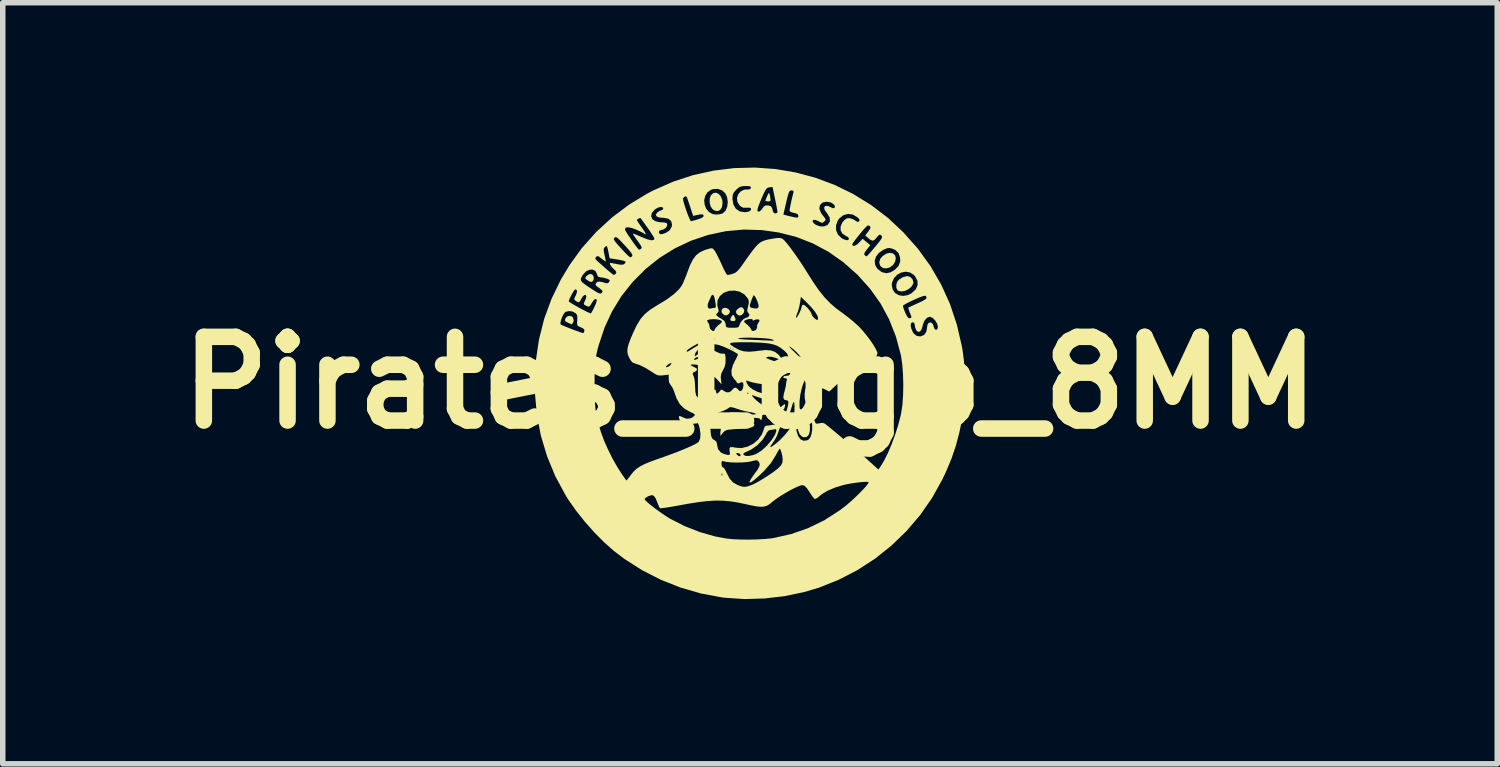
<source format=kicad_pcb>
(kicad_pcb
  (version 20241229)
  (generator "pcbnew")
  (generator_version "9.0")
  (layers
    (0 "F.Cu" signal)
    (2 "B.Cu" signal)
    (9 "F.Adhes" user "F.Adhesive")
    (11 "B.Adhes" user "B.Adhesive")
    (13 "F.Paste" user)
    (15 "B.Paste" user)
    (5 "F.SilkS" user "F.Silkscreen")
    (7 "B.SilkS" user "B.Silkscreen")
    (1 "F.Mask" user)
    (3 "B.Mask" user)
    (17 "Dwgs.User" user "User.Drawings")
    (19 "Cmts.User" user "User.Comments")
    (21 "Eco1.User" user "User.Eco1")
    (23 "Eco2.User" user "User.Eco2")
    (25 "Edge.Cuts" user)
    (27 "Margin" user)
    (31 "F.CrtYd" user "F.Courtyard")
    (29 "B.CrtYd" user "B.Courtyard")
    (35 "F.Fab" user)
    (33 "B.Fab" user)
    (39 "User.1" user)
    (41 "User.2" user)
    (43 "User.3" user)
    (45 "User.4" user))
  (footprint "Pirates_Logo_8MM"
    (layer "F.Cu")
    (at 10.603 3.916)
    (property "Reference" "Pirates_Logo_8MM" (at 0 0 0) (layer "F.SilkS") (effects (font (size 1.524 1.524) (thickness 0.3))))
    (attr board_only exclude_from_pos_files exclude_from_bom allow_missing_courtyard)
    (fp_poly (pts (xy -0.295 -1.227) (xy -0.283 -1.205) (xy -0.262 -1.154) (xy -0.271 -1.128) (xy -0.31 -1.12) (xy -0.348 -1.129) (xy -0.36 -1.146) (xy -0.349 -1.182) (xy -0.333 -1.21) (xy -0.311 -1.235)) (stroke (width 0) (type solid)) (fill yes) (layer "F.SilkS"))
    (fp_poly (pts (xy -0.425 -1.358) (xy -0.379 -1.328) (xy -0.365 -1.289) (xy -0.385 -1.251) (xy -0.391 -1.247) (xy -0.427 -1.225) (xy -0.455 -1.226) (xy -0.485 -1.242) (xy -0.517 -1.277) (xy -0.519 -1.317) (xy -0.497 -1.35) (xy -0.457 -1.364)) (stroke (width 0) (type solid)) (fill yes) (layer "F.SilkS"))
    (fp_poly (pts (xy -0.146 -1.372) (xy -0.125 -1.354) (xy -0.104 -1.322) (xy -0.111 -1.283) (xy -0.116 -1.271) (xy -0.151 -1.23) (xy -0.197 -1.222) (xy -0.236 -1.244) (xy -0.259 -1.285) (xy -0.242 -1.326) (xy -0.209 -1.353) (xy -0.171 -1.374)) (stroke (width 0) (type solid)) (fill yes) (layer "F.SilkS"))
    (fp_poly (pts (xy -3.241 -1.205) (xy -3.221 -1.181) (xy -3.209 -1.13) (xy -3.22 -1.1) (xy -3.238 -1.069) (xy -3.246 -1.062) (xy -3.265 -1.07) (xy -3.307 -1.088) (xy -3.314 -1.091) (xy -3.357 -1.114) (xy -3.369 -1.139) (xy -3.362 -1.165) (xy -3.331 -1.204) (xy -3.286 -1.218)) (stroke (width 0) (type solid)) (fill yes) (layer "F.SilkS"))
    (fp_poly (pts (xy -2.865 -1.963) (xy -2.846 -1.924) (xy -2.846 -1.879) (xy -2.862 -1.849) (xy -2.888 -1.834) (xy -2.919 -1.841) (xy -2.945 -1.856) (xy -2.983 -1.883) (xy -3 -1.902) (xy -3 -1.903) (xy -2.984 -1.934) (xy -2.947 -1.964) (xy -2.905 -1.98) (xy -2.899 -1.98)) (stroke (width 0) (type solid)) (fill yes) (layer "F.SilkS"))
    (fp_poly (pts (xy 0.355 -3.435) (xy 0.366 -3.388) (xy 0.368 -3.375) (xy 0.375 -3.326) (xy 0.367 -3.305) (xy 0.339 -3.3) (xy 0.331 -3.3) (xy 0.293 -3.304) (xy 0.28 -3.311) (xy 0.287 -3.337) (xy 0.304 -3.379) (xy 0.324 -3.422) (xy 0.341 -3.452) (xy 0.348 -3.458)) (stroke (width 0) (type solid)) (fill yes) (layer "F.SilkS"))
    (fp_poly (pts (xy -0.571 -3.437) (xy -0.531 -3.39) (xy -0.505 -3.323) (xy -0.5 -3.27) (xy -0.512 -3.193) (xy -0.546 -3.142) (xy -0.595 -3.122) (xy -0.653 -3.137) (xy -0.679 -3.155) (xy -0.717 -3.208) (xy -0.735 -3.28) (xy -0.733 -3.356) (xy -0.712 -3.41) (xy -0.668 -3.451) (xy -0.619 -3.458)) (stroke (width 0) (type solid)) (fill yes) (layer "F.SilkS"))
    (fp_poly (pts (xy 2.602 -2.353) (xy 2.64 -2.319) (xy 2.654 -2.265) (xy 2.64 -2.2) (xy 2.599 -2.138) (xy 2.541 -2.097) (xy 2.477 -2.08) (xy 2.417 -2.088) (xy 2.371 -2.126) (xy 2.37 -2.127) (xy 2.352 -2.188) (xy 2.37 -2.253) (xy 2.413 -2.304) (xy 2.481 -2.349) (xy 2.547 -2.364)) (stroke (width 0) (type solid)) (fill yes) (layer "F.SilkS"))
    (fp_poly (pts (xy 2.919 -1.923) (xy 2.958 -1.88) (xy 2.974 -1.827) (xy 2.971 -1.802) (xy 2.937 -1.746) (xy 2.882 -1.701) (xy 2.816 -1.67) (xy 2.75 -1.66) (xy 2.697 -1.674) (xy 2.684 -1.684) (xy 2.663 -1.729) (xy 2.664 -1.79) (xy 2.681 -1.841) (xy 2.722 -1.885) (xy 2.785 -1.921) (xy 2.853 -1.939) (xy 2.869 -1.94)) (stroke (width 0) (type solid)) (fill yes) (layer "F.SilkS"))
    (fp_poly (pts (xy -0.001 0.736) (xy 0.006 0.739) (xy 0.047 0.749) (xy 0.068 0.745) (xy 0.078 0.751) (xy 0.08 0.766) (xy 0.063 0.796) (xy 0.035 0.809) (xy -0.03 0.819) (xy -0.12 0.831) (xy -0.222 0.841) (xy -0.322 0.849) (xy -0.34 0.851) (xy -0.41 0.858) (xy -0.454 0.875) (xy -0.489 0.906) (xy -0.495 0.914) (xy -0.54 0.97) (xy -0.54 0.909) (xy -0.532 0.843) (xy -0.505 0.802) (xy -0.452 0.782) (xy -0.368 0.777) (xy -0.357 0.778) (xy -0.255 0.774) (xy -0.16 0.758) (xy -0.136 0.751) (xy -0.058 0.732)) (stroke (width 0) (type solid)) (fill yes) (layer "F.SilkS"))
    (fp_poly (pts (xy 0.461 -3.889) (xy 0.83 -3.827) (xy 1.192 -3.73) (xy 1.544 -3.598) (xy 1.883 -3.432) (xy 2.206 -3.232) (xy 2.512 -2.999) (xy 2.791 -2.737) (xy 3.056 -2.438) (xy 3.285 -2.122) (xy 3.479 -1.787) (xy 3.639 -1.434) (xy 3.764 -1.06) (xy 3.856 -0.664) (xy 3.872 -0.57) (xy 3.894 -0.396) (xy 3.906 -0.197) (xy 3.91 0.017) (xy 3.905 0.231) (xy 3.891 0.434) (xy 3.869 0.614) (xy 3.863 0.65) (xy 3.808 0.917) (xy 3.744 1.157) (xy 3.666 1.385) (xy 3.57 1.614) (xy 3.501 1.761) (xy 3.315 2.096) (xy 3.096 2.411) (xy 2.847 2.702) (xy 2.571 2.968) (xy 2.272 3.206) (xy 1.951 3.414) (xy 1.611 3.589) (xy 1.256 3.731) (xy 0.986 3.811) (xy 0.629 3.886) (xy 0.266 3.928) (xy -0.096 3.939) (xy -0.447 3.916) (xy -0.518 3.908) (xy -0.894 3.837) (xy -1.264 3.73) (xy -1.623 3.588) (xy -1.966 3.413) (xy -2.287 3.208) (xy -2.48 3.061) (xy -2.653 2.908) (xy -2.831 2.729) (xy -3.005 2.533) (xy -3.166 2.331) (xy -3.305 2.134) (xy -3.314 2.12) (xy -1.92 2.12) (xy -1.904 2.143) (xy -1.862 2.183) (xy -1.799 2.235) (xy -1.723 2.294) (xy -1.639 2.355) (xy -1.555 2.413) (xy -1.477 2.462) (xy -1.45 2.479) (xy -1.188 2.612) (xy -0.912 2.72) (xy -0.635 2.799) (xy -0.433 2.837) (xy -0.318 2.849) (xy -0.177 2.855) (xy -0.022 2.857) (xy 0.133 2.853) (xy 0.277 2.845) (xy 0.395 2.833) (xy 0.411 2.831) (xy 0.741 2.758) (xy 1.052 2.65) (xy 1.348 2.507) (xy 1.63 2.326) (xy 1.753 2.232) (xy 1.824 2.171) (xy 1.901 2.101) (xy 1.977 2.027) (xy 2.047 1.956) (xy 2.105 1.893) (xy 2.144 1.844) (xy 2.16 1.815) (xy 2.16 1.814) (xy 2.142 1.806) (xy 2.093 1.805) (xy 2.021 1.81) (xy 1.934 1.82) (xy 1.842 1.834) (xy 1.752 1.851) (xy 1.702 1.862) (xy 1.548 1.909) (xy 1.415 1.965) (xy 1.31 2.027) (xy 1.267 2.063) (xy 1.223 2.099) (xy 1.187 2.116) (xy 1.178 2.116) (xy 1.156 2.096) (xy 1.121 2.05) (xy 1.081 1.989) (xy 1.081 1.989) (xy 1.034 1.918) (xy 0.995 1.879) (xy 0.96 1.865) (xy 0.918 1.872) (xy 0.851 1.899) (xy 0.767 1.939) (xy 0.675 1.99) (xy 0.581 2.046) (xy 0.494 2.103) (xy 0.422 2.156) (xy 0.405 2.171) (xy 0.353 2.213) (xy 0.303 2.242) (xy 0.249 2.257) (xy 0.183 2.259) (xy 0.097 2.248) (xy -0.015 2.226) (xy -0.09 2.209) (xy -0.234 2.179) (xy -0.368 2.159) (xy -0.497 2.148) (xy -0.63 2.146) (xy -0.774 2.155) (xy -0.935 2.174) (xy -1.121 2.203) (xy -1.321 2.239) (xy -1.428 2.258) (xy -1.519 2.273) (xy -1.59 2.282) (xy -1.633 2.285) (xy -1.642 2.284) (xy -1.655 2.258) (xy -1.676 2.209) (xy -1.688 2.177) (xy -1.721 2.1) (xy -1.753 2.058) (xy -1.791 2.047) (xy -1.843 2.063) (xy -1.851 2.066) (xy -1.895 2.092) (xy -1.919 2.116) (xy -1.92 2.12) (xy -3.314 2.12) (xy -3.357 2.05) (xy -3.546 1.7) (xy -3.695 1.338) (xy -3.807 0.966) (xy -3.88 0.581) (xy -3.916 0.185) (xy -3.919 0.03) (xy -2.83 0.03) (xy -2.829 0.2) (xy -2.825 0.339) (xy -2.816 0.457) (xy -2.802 0.563) (xy -2.781 0.666) (xy -2.752 0.776) (xy -2.713 0.902) (xy -2.707 0.92) (xy -2.656 1.058) (xy -2.586 1.215) (xy -2.506 1.376) (xy -2.42 1.528) (xy -2.359 1.625) (xy -2.314 1.692) (xy -2.277 1.745) (xy -2.255 1.775) (xy -2.25 1.78) (xy -2.236 1.765) (xy -2.205 1.727) (xy -2.164 1.673) (xy -2.162 1.67) (xy -2.16 1.668) (xy -0.518 1.668) (xy -0.515 1.694) (xy -0.508 1.695) (xy -0.503 1.668) (xy -0.506 1.656) (xy -0.515 1.649) (xy -0.518 1.668) (xy -2.16 1.668) (xy -2.115 1.613) (xy -2.062 1.565) (xy -1.999 1.523) (xy -1.918 1.481) (xy -1.909 1.478) (xy -0.52 1.478) (xy -0.512 1.524) (xy -0.494 1.54) (xy -0.472 1.557) (xy -0.445 1.601) (xy -0.423 1.647) (xy -0.37 1.749) (xy -0.306 1.818) (xy -0.222 1.865) (xy -0.207 1.871) (xy -0.149 1.89) (xy -0.107 1.897) (xy -0.064 1.892) (xy -0.001 1.874) (xy 0.006 1.872) (xy 0.057 1.851) (xy 0.132 1.812) (xy 0.221 1.76) (xy 0.314 1.702) (xy 0.327 1.693) (xy 0.435 1.619) (xy 0.512 1.559) (xy 0.562 1.506) (xy 0.589 1.454) (xy 0.595 1.398) (xy 0.587 1.331) (xy 0.58 1.299) (xy 0.564 1.243) (xy 0.549 1.207) (xy 0.543 1.2) (xy 0.528 1.217) (xy 0.502 1.26) (xy 0.468 1.322) (xy 0.461 1.335) (xy 0.382 1.461) (xy 0.271 1.59) (xy 0.249 1.613) (xy 0.155 1.703) (xy 0.081 1.767) (xy 0.029 1.806) (xy -0.002 1.819) (xy -0.009 1.805) (xy 0.01 1.764) (xy 0.055 1.696) (xy 0.077 1.666) (xy 0.134 1.588) (xy 0.166 1.532) (xy 0.177 1.491) (xy 0.169 1.457) (xy 0.155 1.435) (xy 0.137 1.417) (xy 0.113 1.412) (xy 0.07 1.419) (xy 0.02 1.433) (xy -0.051 1.445) (xy -0.143 1.452) (xy -0.246 1.454) (xy -0.345 1.451) (xy -0.43 1.442) (xy -0.485 1.429) (xy -0.51 1.427) (xy -0.519 1.451) (xy -0.52 1.478) (xy -1.909 1.478) (xy -1.812 1.438) (xy -1.676 1.388) (xy -1.642 1.377) (xy -1.478 1.318) (xy -1.327 1.262) (xy -1.194 1.208) (xy -1.083 1.16) (xy -0.999 1.119) (xy -0.947 1.088) (xy -0.935 1.077) (xy -0.908 1.017) (xy -0.902 0.931) (xy -0.917 0.83) (xy -0.921 0.814) (xy -0.943 0.737) (xy -1.046 0.75) (xy -1.153 0.752) (xy -1.232 0.728) (xy -1.28 0.677) (xy -1.283 0.67) (xy -1.285 0.665) (xy -0.73 0.665) (xy -0.727 0.749) (xy -0.727 0.755) (xy -0.72 0.863) (xy -0.713 0.937) (xy -0.703 0.986) (xy -0.687 1.017) (xy -0.666 1.036) (xy -0.649 1.044) (xy -0.612 1.074) (xy -0.6 1.124) (xy -0.6 1.129) (xy -0.582 1.21) (xy -0.532 1.27) (xy -0.474 1.298) (xy -0.41 1.315) (xy -0.376 1.315) (xy -0.366 1.296) (xy -0.367 1.285) (xy -0.252 1.285) (xy -0.244 1.304) (xy -0.24 1.31) (xy -0.206 1.335) (xy -0.188 1.34) (xy -0.17 1.326) (xy -0.173 1.31) (xy -0.177 1.307) (xy -0.121 1.307) (xy -0.115 1.316) (xy -0.077 1.334) (xy -0.014 1.333) (xy 0.063 1.316) (xy 0.122 1.292) (xy 0.214 1.233) (xy 0.279 1.173) (xy 0.368 1.173) (xy 0.389 1.167) (xy 0.428 1.141) (xy 0.481 1.1) (xy 0.542 1.047) (xy 0.545 1.044) (xy 0.64 0.945) (xy 0.717 0.847) (xy 0.763 0.768) (xy 0.838 0.768) (xy 0.847 0.881) (xy 0.874 0.969) (xy 0.917 1.029) (xy 0.972 1.057) (xy 1.038 1.05) (xy 1.061 1.04) (xy 1.096 1) (xy 1.12 0.933) (xy 1.132 0.85) (xy 1.131 0.761) (xy 1.118 0.678) (xy 1.091 0.61) (xy 1.08 0.596) (xy 1.062 0.574) (xy 1.053 0.571) (xy 1.055 0.594) (xy 1.066 0.648) (xy 1.074 0.685) (xy 1.091 0.798) (xy 1.088 0.888) (xy 1.067 0.953) (xy 1.03 0.989) (xy 0.976 0.993) (xy 0.949 0.983) (xy 0.907 0.944) (xy 0.878 0.878) (xy 0.865 0.796) (xy 0.867 0.715) (xy 0.924 0.715) (xy 0.926 0.749) (xy 0.956 0.76) (xy 0.967 0.76) (xy 1.011 0.752) (xy 1.031 0.738) (xy 1.032 0.708) (xy 0.999 0.684) (xy 0.97 0.677) (xy 0.936 0.683) (xy 0.924 0.715) (xy 0.867 0.715) (xy 0.867 0.71) (xy 0.886 0.631) (xy 0.921 0.569) (xy 0.923 0.567) (xy 0.948 0.533) (xy 0.944 0.519) (xy 0.912 0.533) (xy 0.908 0.535) (xy 0.868 0.586) (xy 0.844 0.672) (xy 0.838 0.768) (xy 0.763 0.768) (xy 0.769 0.757) (xy 0.789 0.7) (xy 0.799 0.64) (xy 0.806 0.565) (xy 0.809 0.488) (xy 0.81 0.419) (xy 0.806 0.369) (xy 0.804 0.362) (xy 0.901 0.362) (xy 0.901 0.433) (xy 0.905 0.471) (xy 0.917 0.487) (xy 0.938 0.487) (xy 0.945 0.486) (xy 0.996 0.491) (xy 1.03 0.508) (xy 1.069 0.531) (xy 1.093 0.524) (xy 1.104 0.486) (xy 1.104 0.412) (xy 1.103 0.402) (xy 1.102 0.328) (xy 1.111 0.275) (xy 1.134 0.225) (xy 1.158 0.186) (xy 1.199 0.12) (xy 1.218 0.078) (xy 1.214 0.064) (xy 1.201 0.069) (xy 1.178 0.064) (xy 1.164 0.048) (xy 1.141 0.023) (xy 1.123 0.033) (xy 1.113 0.071) (xy 1.115 0.127) (xy 1.116 0.189) (xy 1.106 0.225) (xy 1.102 0.229) (xy 1.085 0.224) (xy 1.08 0.19) (xy 1.074 0.155) (xy 1.06 0.15) (xy 1.049 0.175) (xy 1.041 0.228) (xy 1.039 0.276) (xy 1.038 0.338) (xy 1.033 0.365) (xy 1.024 0.363) (xy 1.016 0.35) (xy 0.997 0.29) (xy 0.994 0.21) (xy 1.005 0.128) (xy 1.027 0.066) (xy 1.065 0.013) (xy 1.11 -0.025) (xy 1.112 -0.026) (xy 1.147 -0.047) (xy 1.149 -0.065) (xy 1.129 -0.088) (xy 1.086 -0.113) (xy 1.053 -0.116) (xy 1.024 -0.094) (xy 0.993 -0.04) (xy 0.962 0.037) (xy 0.935 0.128) (xy 0.915 0.224) (xy 0.903 0.319) (xy 0.901 0.362) (xy 0.804 0.362) (xy 0.8 0.35) (xy 0.787 0.362) (xy 0.77 0.402) (xy 0.761 0.435) (xy 0.722 0.559) (xy 0.676 0.662) (xy 0.625 0.736) (xy 0.597 0.762) (xy 0.542 0.825) (xy 0.517 0.892) (xy 0.49 0.968) (xy 0.45 1.042) (xy 0.441 1.055) (xy 0.405 1.107) (xy 0.378 1.147) (xy 0.371 1.157) (xy 0.368 1.173) (xy 0.279 1.173) (xy 0.308 1.146) (xy 0.396 1.041) (xy 0.412 1.017) (xy 0.454 0.947) (xy 0.476 0.891) (xy 0.479 0.855) (xy 0.46 0.845) (xy 0.448 0.848) (xy 0.402 0.858) (xy 0.371 0.86) (xy 0.336 0.872) (xy 0.304 0.911) (xy 0.289 0.943) (xy 0.226 1.042) (xy 0.136 1.136) (xy 0.031 1.211) (xy -0.029 1.241) (xy -0.09 1.269) (xy -0.119 1.289) (xy -0.121 1.307) (xy -0.177 1.307) (xy -0.2 1.285) (xy -0.225 1.28) (xy -0.252 1.285) (xy -0.367 1.285) (xy -0.37 1.254) (xy -0.371 1.252) (xy -0.375 1.2) (xy -0.36 1.175) (xy -0.318 1.172) (xy -0.266 1.183) (xy -0.158 1.191) (xy -0.048 1.166) (xy 0.057 1.113) (xy 0.147 1.038) (xy 0.214 0.946) (xy 0.243 0.873) (xy 0.26 0.817) (xy 0.279 0.79) (xy 0.31 0.781) (xy 0.345 0.78) (xy 0.45 0.761) (xy 0.541 0.707) (xy 0.614 0.62) (xy 0.667 0.504) (xy 0.67 0.495) (xy 0.692 0.411) (xy 0.699 0.357) (xy 0.689 0.329) (xy 0.663 0.32) (xy 0.659 0.32) (xy 0.621 0.308) (xy 0.606 0.271) (xy 0.615 0.205) (xy 0.626 0.166) (xy 0.643 0.101) (xy 0.654 0.047) (xy 0.655 0.03) (xy 0.662 -0.023) (xy 0.669 -0.045) (xy 0.673 -0.072) (xy 0.644 -0.08) (xy 0.64 -0.08) (xy 0.608 -0.089) (xy 0.606 -0.105) (xy 0.63 -0.122) (xy 0.667 -0.126) (xy 0.703 -0.13) (xy 0.725 -0.153) (xy 0.743 -0.201) (xy 0.756 -0.252) (xy 0.759 -0.283) (xy 0.758 -0.287) (xy 0.735 -0.289) (xy 0.687 -0.287) (xy 0.67 -0.285) (xy 0.617 -0.276) (xy 0.586 -0.254) (xy 0.561 -0.209) (xy 0.554 -0.193) (xy 0.519 -0.123) (xy 0.472 -0.051) (xy 0.456 -0.032) (xy 0.393 0.045) (xy 0.255 0.031) (xy 0.167 0.019) (xy 0.08 0.003) (xy 0.024 -0.011) (xy -0.031 -0.028) (xy -0.066 -0.038) (xy -0.073 -0.04) (xy -0.069 -0.024) (xy -0.055 0.016) (xy -0.054 0.019) (xy -0.016 0.073) (xy 0.05 0.123) (xy 0.135 0.166) (xy 0.225 0.194) (xy 0.299 0.203) (xy 0.372 0.209) (xy 0.416 0.232) (xy 0.439 0.277) (xy 0.447 0.354) (xy 0.448 0.365) (xy 0.456 0.437) (xy 0.477 0.473) (xy 0.514 0.472) (xy 0.569 0.436) (xy 0.577 0.429) (xy 0.617 0.398) (xy 0.635 0.391) (xy 0.64 0.408) (xy 0.64 0.416) (xy 0.621 0.476) (xy 0.572 0.528) (xy 0.499 0.568) (xy 0.411 0.59) (xy 0.317 0.592) (xy 0.297 0.589) (xy 0.247 0.583) (xy 0.225 0.591) (xy 0.22 0.618) (xy 0.22 0.628) (xy 0.213 0.667) (xy 0.2 0.68) (xy 0.181 0.665) (xy 0.18 0.658) (xy 0.161 0.647) (xy 0.103 0.641) (xy 0.007 0.641) (xy -0.005 0.641) (xy -0.091 0.642) (xy -0.164 0.639) (xy -0.214 0.634) (xy -0.226 0.631) (xy -0.269 0.623) (xy -0.333 0.625) (xy -0.402 0.632) (xy -0.46 0.645) (xy -0.487 0.657) (xy -0.516 0.67) (xy -0.564 0.683) (xy -0.616 0.693) (xy -0.66 0.698) (xy -0.68 0.694) (xy -0.68 0.693) (xy -0.664 0.679) (xy -0.622 0.651) (xy -0.571 0.621) (xy -0.451 0.565) (xy -0.335 0.54) (xy -0.208 0.545) (xy -0.16 0.554) (xy -0.079 0.567) (xy -0.004 0.575) (xy 0.057 0.579) (xy 0.097 0.576) (xy 0.108 0.568) (xy 0.1 0.562) (xy 0.062 0.549) (xy 0.004 0.536) (xy -0.02 0.532) (xy -0.089 0.518) (xy -0.174 0.496) (xy -0.235 0.476) (xy -0.303 0.454) (xy -0.345 0.445) (xy -0.371 0.448) (xy -0.394 0.464) (xy -0.395 0.465) (xy -0.432 0.487) (xy -0.494 0.515) (xy -0.567 0.542) (xy -0.638 0.565) (xy -0.692 0.579) (xy -0.707 0.58) (xy -0.721 0.587) (xy -0.728 0.613) (xy -0.73 0.665) (xy -1.285 0.665) (xy -1.297 0.623) (xy -1.284 0.606) (xy -1.245 0.619) (xy -1.231 0.627) (xy -1.155 0.657) (xy -1.08 0.648) (xy -1.044 0.629) (xy -1.01 0.601) (xy -1.006 0.579) (xy -1.035 0.557) (xy -1.085 0.534) (xy -1.195 0.473) (xy -1.278 0.392) (xy -1.339 0.283) (xy -1.369 0.197) (xy -1.394 0.129) (xy -1.422 0.073) (xy -1.441 0.049) (xy -1.473 -0.005) (xy -1.48 -0.066) (xy -1.48 -0.146) (xy -1.579 -0.134) (xy -1.64 -0.13) (xy -1.687 -0.137) (xy -1.736 -0.163) (xy -1.775 -0.189) (xy -1.9 -0.267) (xy -1.952 -0.293) (xy -1.531 -0.293) (xy -1.528 -0.282) (xy -1.518 -0.281) (xy -1.481 -0.294) (xy -1.45 -0.32) (xy -1.448 -0.323) (xy -1.08 -0.323) (xy -1.063 -0.307) (xy -1.023 -0.287) (xy -1.02 -0.286) (xy -0.972 -0.26) (xy -0.964 -0.231) (xy -0.996 -0.203) (xy -1.008 -0.197) (xy -1.04 -0.179) (xy -1.043 -0.155) (xy -1.028 -0.123) (xy -1.013 -0.073) (xy -1.003 0.002) (xy -1 0.071) (xy -0.995 0.17) (xy -0.98 0.234) (xy -0.951 0.269) (xy -0.906 0.278) (xy -0.883 0.276) (xy -0.842 0.273) (xy -0.824 0.284) (xy -0.831 0.315) (xy -0.86 0.371) (xy -0.872 0.391) (xy -0.897 0.441) (xy -0.907 0.473) (xy -0.902 0.48) (xy -0.879 0.467) (xy -0.836 0.432) (xy -0.782 0.381) (xy -0.77 0.37) (xy -0.712 0.308) (xy -0.678 0.262) (xy -0.666 0.229) (xy 0.034 0.229) (xy 0.044 0.248) (xy 0.072 0.28) (xy 0.113 0.319) (xy 0.16 0.359) (xy 0.208 0.395) (xy 0.249 0.42) (xy 0.317 0.45) (xy 0.357 0.458) (xy 0.375 0.442) (xy 0.377 0.401) (xy 0.376 0.398) (xy 0.37 0.365) (xy 0.354 0.342) (xy 0.319 0.322) (xy 0.258 0.3) (xy 0.23 0.291) (xy 0.155 0.266) (xy 0.091 0.244) (xy 0.051 0.23) (xy 0.05 0.23) (xy 0.034 0.229) (xy -0.666 0.229) (xy -0.663 0.222) (xy -0.66 0.19) (xy -0.655 0.143) (xy -0.643 0.121) (xy -0.64 0.12) (xy -0.624 0.137) (xy -0.62 0.16) (xy -0.611 0.194) (xy -0.587 0.194) (xy -0.58 0.187) (xy -0.053 0.187) (xy -0.051 0.199) (xy -0.04 0.2) (xy -0.024 0.193) (xy -0.027 0.187) (xy -0.05 0.184) (xy -0.053 0.187) (xy -0.58 0.187) (xy -0.553 0.159) (xy -0.552 0.156) (xy -0.527 0.127) (xy -0.505 0.129) (xy -0.484 0.146) (xy -0.429 0.176) (xy -0.374 0.173) (xy -0.336 0.144) (xy -0.294 0.098) (xy -0.257 0.09) (xy -0.222 0.118) (xy -0.219 0.121) (xy -0.19 0.152) (xy -0.167 0.152) (xy -0.152 0.142) (xy -0.13 0.105) (xy -0.12 0.054) (xy -0.124 0.008) (xy -0.133 -0.006) (xy -0.158 -0.008) (xy -0.187 0.004) (xy -0.221 0.015) (xy -0.237 -0.000115) (xy -0.237 -0.001) (xy -0.257 -0.032) (xy -0.293 -0.071) (xy -0.33 -0.13) (xy 0.418 -0.13) (xy 0.459 -0.177) (xy 0.488 -0.216) (xy 0.5 -0.242) (xy 0.5 -0.242) (xy 0.493 -0.26) (xy 0.475 -0.241) (xy 0.45 -0.195) (xy 0.418 -0.13) (xy -0.33 -0.13) (xy -0.332 -0.134) (xy -0.339 -0.216) (xy -0.315 -0.309) (xy 1.05 -0.309) (xy 1.12 -0.226) (xy 1.164 -0.178) (xy 1.197 -0.149) (xy 1.214 -0.14) (xy 1.212 -0.157) (xy 1.206 -0.168) (xy 1.181 -0.197) (xy 1.138 -0.237) (xy 1.12 -0.252) (xy 1.05 -0.309) (xy -0.315 -0.309) (xy -0.314 -0.315) (xy -0.28 -0.387) (xy -0.248 -0.447) (xy -0.227 -0.494) (xy -0.22 -0.515) (xy -0.237 -0.531) (xy -0.282 -0.559) (xy -0.349 -0.594) (xy -0.382 -0.61) (xy -0.32 -0.61) (xy -0.31 -0.6) (xy -0.3 -0.61) (xy -0.31 -0.62) (xy -0.32 -0.61) (xy -0.382 -0.61) (xy -0.395 -0.617) (xy -0.425 -0.63) (xy -0.36 -0.63) (xy -0.35 -0.62) (xy -0.34 -0.63) (xy -0.35 -0.64) (xy -0.36 -0.63) (xy -0.425 -0.63) (xy -0.492 -0.66) (xy -0.567 -0.686) (xy -0.632 -0.698) (xy -0.677 -0.7) (xy -0.773 -0.688) (xy -0.864 -0.655) (xy -0.939 -0.608) (xy -0.988 -0.551) (xy -0.995 -0.537) (xy -1.008 -0.496) (xy -1.003 -0.483) (xy -0.975 -0.498) (xy -0.941 -0.523) (xy -0.886 -0.551) (xy -0.814 -0.575) (xy -0.777 -0.582) (xy -0.707 -0.59) (xy -0.658 -0.584) (xy -0.61 -0.562) (xy -0.602 -0.558) (xy -0.547 -0.534) (xy -0.499 -0.527) (xy -0.492 -0.528) (xy -0.468 -0.53) (xy -0.454 -0.516) (xy -0.448 -0.477) (xy -0.445 -0.427) (xy -0.447 -0.346) (xy -0.465 -0.281) (xy -0.491 -0.231) (xy -0.523 -0.165) (xy -0.533 -0.108) (xy -0.529 -0.057) (xy -0.517 0.03) (xy -0.587 -0.046) (xy -0.629 -0.091) (xy -0.657 -0.109) (xy -0.684 -0.107) (xy -0.717 -0.091) (xy -0.769 -0.07) (xy -0.812 -0.06) (xy -0.813 -0.06) (xy -0.829 -0.066) (xy -0.819 -0.087) (xy -0.784 -0.126) (xy -0.746 -0.168) (xy -0.723 -0.199) (xy -0.72 -0.206) (xy -0.738 -0.214) (xy -0.783 -0.219) (xy -0.809 -0.22) (xy -0.866 -0.224) (xy -0.904 -0.236) (xy -0.911 -0.241) (xy -0.905 -0.254) (xy -0.862 -0.253) (xy -0.847 -0.251) (xy -0.802 -0.245) (xy -0.792 -0.247) (xy -0.816 -0.259) (xy -0.819 -0.26) (xy -0.838 -0.27) (xy -0.76 -0.27) (xy -0.75 -0.26) (xy -0.74 -0.27) (xy -0.75 -0.28) (xy -0.76 -0.27) (xy -0.838 -0.27) (xy -0.866 -0.285) (xy -0.867 -0.285) (xy -0.716 -0.285) (xy -0.709 -0.285) (xy -0.689 -0.305) (xy -0.666 -0.335) (xy -0.665 -0.351) (xy -0.681 -0.345) (xy -0.701 -0.317) (xy -0.716 -0.285) (xy -0.867 -0.285) (xy -0.894 -0.303) (xy -0.925 -0.317) (xy -0.974 -0.327) (xy -1.025 -0.332) (xy -1.065 -0.331) (xy -1.08 -0.323) (xy -1.448 -0.323) (xy -1.43 -0.35) (xy -1.437 -0.359) (xy -1.466 -0.347) (xy -1.503 -0.321) (xy -1.531 -0.293) (xy -1.952 -0.293) (xy -2.011 -0.322) (xy -2.092 -0.348) (xy -2.138 -0.367) (xy -2.174 -0.408) (xy -2.18 -0.418) (xy -1.02 -0.418) (xy -1.004 -0.415) (xy -0.965 -0.428) (xy -0.94 -0.44) (xy -0.892 -0.466) (xy -0.863 -0.485) (xy -0.86 -0.489) (xy -0.876 -0.49) (xy -0.914 -0.481) (xy -0.959 -0.468) (xy -0.995 -0.453) (xy -0.999 -0.45) (xy -1.019 -0.425) (xy -1.02 -0.418) (xy -2.18 -0.418) (xy -2.199 -0.453) (xy -2.223 -0.509) (xy -2.233 -0.563) (xy -1.152 -0.563) (xy -1.131 -0.567) (xy -1.085 -0.596) (xy -1.083 -0.597) (xy -0.98 -0.66) (xy -0.892 -0.702) (xy -0.365 -0.702) (xy -0.342 -0.681) (xy -0.291 -0.647) (xy -0.283 -0.642) (xy -0.199 -0.597) (xy -0.116 -0.571) (xy -0.02 -0.563) (xy 0.097 -0.572) (xy 0.152 -0.58) (xy 0.279 -0.594) (xy 0.378 -0.587) (xy 0.455 -0.56) (xy 0.517 -0.511) (xy 0.529 -0.498) (xy 0.567 -0.448) (xy 0.575 -0.422) (xy 0.552 -0.42) (xy 0.495 -0.439) (xy 0.483 -0.445) (xy 0.401 -0.471) (xy 0.337 -0.473) (xy 0.328 -0.471) (xy 0.299 -0.462) (xy 0.293 -0.453) (xy 0.315 -0.439) (xy 0.369 -0.417) (xy 0.39 -0.409) (xy 0.471 -0.383) (xy 0.555 -0.366) (xy 0.604 -0.361) (xy 0.697 -0.36) (xy 0.696 -0.44) (xy 0.691 -0.494) (xy 0.67 -0.536) (xy 0.625 -0.581) (xy 0.615 -0.589) (xy 0.555 -0.636) (xy 0.513 -0.66) (xy 0.71 -0.66) (xy 0.719 -0.648) (xy 0.749 -0.615) (xy 0.794 -0.571) (xy 0.844 -0.522) (xy 0.893 -0.476) (xy 0.932 -0.44) (xy 0.954 -0.422) (xy 0.956 -0.421) (xy 0.948 -0.434) (xy 0.922 -0.469) (xy 0.9 -0.497) (xy 0.853 -0.549) (xy 0.801 -0.599) (xy 0.752 -0.638) (xy 0.716 -0.659) (xy 0.71 -0.66) (xy 0.513 -0.66) (xy 0.493 -0.672) (xy 0.422 -0.697) (xy 0.335 -0.715) (xy 0.225 -0.726) (xy 0.085 -0.733) (xy 0.03 -0.735) (xy -0.083 -0.736) (xy -0.184 -0.736) (xy -0.266 -0.733) (xy -0.321 -0.729) (xy -0.337 -0.725) (xy -0.362 -0.714) (xy -0.365 -0.702) (xy -0.892 -0.702) (xy -0.855 -0.719) (xy -0.74 -0.762) (xy -0.63 -0.798) (xy -0.708 -0.799) (xy -0.766 -0.791) (xy -0.84 -0.765) (xy -0.938 -0.718) (xy -0.962 -0.705) (xy -1.038 -0.663) (xy -1.1 -0.625) (xy -1.139 -0.596) (xy -1.149 -0.585) (xy -1.152 -0.563) (xy -2.233 -0.563) (xy -2.233 -0.563) (xy -2.23 -0.624) (xy -2.211 -0.698) (xy -2.176 -0.794) (xy -2.171 -0.807) (xy -0.216 -0.807) (xy -0.211 -0.8) (xy -0.169 -0.793) (xy -0.094 -0.786) (xy 0.013 -0.781) (xy 0.05 -0.779) (xy 0.159 -0.775) (xy 0.258 -0.771) (xy 0.337 -0.768) (xy 0.389 -0.765) (xy 0.4 -0.765) (xy 0.434 -0.764) (xy 0.431 -0.772) (xy 0.41 -0.785) (xy 0.375 -0.795) (xy 0.309 -0.804) (xy 0.222 -0.811) (xy 0.123 -0.816) (xy 0.022 -0.819) (xy -0.072 -0.819) (xy -0.15 -0.816) (xy -0.203 -0.811) (xy -0.216 -0.807) (xy -2.171 -0.807) (xy -2.126 -0.912) (xy -2.06 -1.05) (xy -2.011 -1.129) (xy -0.78 -1.129) (xy -0.767 -1.096) (xy -0.76 -1.09) (xy -0.744 -1.062) (xy -0.74 -1.033) (xy -0.726 -0.98) (xy -0.691 -0.946) (xy -0.666 -0.94) (xy -0.643 -0.956) (xy -0.64 -0.969) (xy -0.625 -0.998) (xy -0.588 -1.037) (xy -0.568 -1.053) (xy -0.525 -1.088) (xy -0.512 -1.109) (xy -0.522 -1.126) (xy -0.53 -1.132) (xy -0.568 -1.147) (xy -0.624 -1.155) (xy -0.685 -1.156) (xy -0.74 -1.15) (xy -0.774 -1.138) (xy -0.78 -1.129) (xy -2.011 -1.129) (xy -1.993 -1.159) (xy -1.918 -1.245) (xy -0.615 -1.245) (xy -0.608 -1.221) (xy -0.57 -1.191) (xy -0.518 -1.162) (xy -0.468 -1.125) (xy -0.446 -1.079) (xy -0.444 -1.063) (xy -0.439 -1.028) (xy -0.425 -1.009) (xy -0.394 -1.001) (xy -0.334 -1) (xy -0.321 -1) (xy -0.255 -1.001) (xy -0.218 -1.008) (xy -0.2 -1.025) (xy -0.191 -1.054) (xy -0.166 -1.106) (xy -0.165 -1.107) (xy -0.107 -1.107) (xy -0.082 -1.081) (xy -0.052 -1.057) (xy -0.009 -1.015) (xy 0.017 -0.98) (xy 0.02 -0.969) (xy 0.034 -0.945) (xy 0.067 -0.942) (xy 0.102 -0.957) (xy 0.119 -0.977) (xy 0.13 -1.012) (xy 0.128 -1.026) (xy 0.13 -1.048) (xy 0.15 -1.087) (xy 0.151 -1.088) (xy 0.172 -1.125) (xy 0.169 -1.143) (xy 0.154 -1.151) (xy 0.113 -1.152) (xy 0.079 -1.14) (xy 0.049 -1.127) (xy 0.049 -1.138) (xy 0.044 -1.154) (xy 0.014 -1.16) (xy -0.03 -1.156) (xy -0.076 -1.142) (xy -0.084 -1.138) (xy -0.106 -1.123) (xy -0.107 -1.107) (xy -0.165 -1.107) (xy -0.125 -1.152) (xy -0.082 -1.178) (xy -0.069 -1.18) (xy -0.058 -1.185) (xy 0.836 -1.185) (xy 0.839 -1.18) (xy 0.858 -1.197) (xy 0.883 -1.238) (xy 0.91 -1.292) (xy 0.931 -1.345) (xy 0.94 -1.384) (xy 0.94 -1.386) (xy 0.954 -1.415) (xy 0.968 -1.42) (xy 0.999 -1.405) (xy 1.04 -1.368) (xy 1.081 -1.32) (xy 1.111 -1.275) (xy 1.12 -1.248) (xy 1.135 -1.215) (xy 1.168 -1.176) (xy 1.206 -1.147) (xy 1.225 -1.141) (xy 1.237 -1.157) (xy 1.24 -1.177) (xy 1.225 -1.223) (xy 1.184 -1.289) (xy 1.12 -1.368) (xy 1.038 -1.454) (xy 1.025 -1.467) (xy 0.926 -1.563) (xy 0.911 -1.457) (xy 0.895 -1.375) (xy 0.871 -1.293) (xy 0.86 -1.265) (xy 0.841 -1.215) (xy 0.836 -1.185) (xy -0.058 -1.185) (xy -0.037 -1.194) (xy -0.022 -1.208) (xy -0.01 -1.238) (xy -0.03 -1.267) (xy -0.047 -1.292) (xy -0.05 -1.325) (xy -0.038 -1.381) (xy -0.037 -1.385) (xy -0.004 -1.385) (xy 0.017 -1.367) (xy 0.065 -1.355) (xy 0.07 -1.354) (xy 0.123 -1.349) (xy 0.15 -1.367) (xy 0.157 -1.388) (xy 0.153 -1.421) (xy 0.138 -1.47) (xy 0.116 -1.522) (xy 0.093 -1.566) (xy 0.073 -1.591) (xy 0.066 -1.592) (xy 0.053 -1.568) (xy 0.032 -1.518) (xy 0.018 -1.479) (xy -0.002 -1.419) (xy -0.004 -1.385) (xy -0.037 -1.385) (xy -0.036 -1.39) (xy -0.022 -1.453) (xy -0.024 -1.496) (xy -0.041 -1.534) (xy -0.104 -1.608) (xy -0.188 -1.656) (xy -0.285 -1.677) (xy -0.384 -1.671) (xy -0.476 -1.637) (xy -0.549 -1.577) (xy -0.592 -1.498) (xy -0.596 -1.409) (xy -0.58 -1.349) (xy -0.569 -1.305) (xy -0.585 -1.277) (xy -0.595 -1.269) (xy -0.615 -1.245) (xy -1.918 -1.245) (xy -1.917 -1.247) (xy -1.823 -1.325) (xy -1.703 -1.401) (xy -1.67 -1.421) (xy -1.664 -1.424) (xy -0.77 -1.424) (xy -0.769 -1.378) (xy -0.752 -1.35) (xy -0.727 -1.349) (xy -0.681 -1.358) (xy -0.656 -1.36) (xy -0.632 -1.364) (xy -0.623 -1.382) (xy -0.625 -1.425) (xy -0.629 -1.453) (xy -0.643 -1.532) (xy -0.657 -1.579) (xy -0.674 -1.598) (xy -0.683 -1.6) (xy -0.704 -1.584) (xy -0.712 -1.565) (xy -0.73 -1.522) (xy -0.753 -1.475) (xy -0.77 -1.424) (xy -1.664 -1.424) (xy -1.515 -1.515) (xy -1.387 -1.61) (xy -1.292 -1.701) (xy -1.243 -1.766) (xy -1.219 -1.814) (xy -1.188 -1.887) (xy -1.154 -1.972) (xy -1.141 -2.01) (xy -1.089 -2.145) (xy -1.037 -2.246) (xy -0.98 -2.321) (xy -0.91 -2.375) (xy -0.823 -2.415) (xy -0.754 -2.436) (xy -0.706 -2.447) (xy -0.677 -2.441) (xy -0.65 -2.411) (xy -0.631 -2.382) (xy -0.602 -2.33) (xy -0.564 -2.253) (xy -0.523 -2.167) (xy -0.509 -2.134) (xy -0.474 -2.059) (xy -0.443 -2) (xy -0.419 -1.966) (xy -0.412 -1.96) (xy -0.379 -1.965) (xy -0.327 -1.978) (xy -0.315 -1.981) (xy -0.27 -2) (xy -0.228 -2.033) (xy -0.18 -2.089) (xy -0.146 -2.136) (xy -0.054 -2.267) (xy 0.02 -2.369) (xy 0.08 -2.447) (xy 0.13 -2.504) (xy 0.176 -2.545) (xy 0.221 -2.572) (xy 0.271 -2.591) (xy 0.329 -2.606) (xy 0.4 -2.619) (xy 0.407 -2.62) (xy 0.489 -2.633) (xy 0.544 -2.634) (xy 0.582 -2.624) (xy 0.587 -2.621) (xy 0.622 -2.592) (xy 0.673 -2.534) (xy 0.737 -2.452) (xy 0.81 -2.352) (xy 0.889 -2.239) (xy 0.969 -2.118) (xy 1.046 -1.996) (xy 1.046 -1.995) (xy 1.158 -1.819) (xy 1.26 -1.673) (xy 1.359 -1.551) (xy 1.461 -1.445) (xy 1.571 -1.35) (xy 1.686 -1.266) (xy 1.777 -1.197) (xy 1.876 -1.117) (xy 1.962 -1.04) (xy 1.982 -1.021) (xy 2.051 -0.947) (xy 2.121 -0.862) (xy 2.188 -0.773) (xy 2.246 -0.687) (xy 2.29 -0.612) (xy 2.316 -0.555) (xy 2.32 -0.533) (xy 2.303 -0.489) (xy 2.254 -0.432) (xy 2.179 -0.367) (xy 2.083 -0.298) (xy 1.971 -0.23) (xy 1.92 -0.202) (xy 1.731 -0.089) (xy 1.579 0.034) (xy 1.443 0.162) (xy 1.382 0.131) (xy 1.337 0.11) (xy 1.307 0.101) (xy 1.306 0.101) (xy 1.286 0.116) (xy 1.252 0.154) (xy 1.225 0.188) (xy 1.191 0.235) (xy 1.172 0.276) (xy 1.162 0.324) (xy 1.16 0.393) (xy 1.159 0.433) (xy 1.159 0.511) (xy 1.159 0.577) (xy 1.159 0.616) (xy 1.158 0.62) (xy 1.164 0.66) (xy 1.178 0.704) (xy 1.195 0.739) (xy 1.221 0.748) (xy 1.263 0.739) (xy 1.324 0.731) (xy 1.361 0.745) (xy 1.403 0.778) (xy 1.469 0.831) (xy 1.553 0.901) (xy 1.65 0.983) (xy 1.755 1.071) (xy 1.86 1.16) (xy 1.961 1.247) (xy 2.051 1.325) (xy 2.125 1.389) (xy 2.163 1.424) (xy 2.337 1.581) (xy 2.376 1.525) (xy 2.442 1.417) (xy 2.511 1.278) (xy 2.579 1.118) (xy 2.642 0.946) (xy 2.697 0.772) (xy 2.741 0.604) (xy 2.752 0.55) (xy 2.774 0.403) (xy 2.786 0.23) (xy 2.79 0.042) (xy 2.785 -0.147) (xy 2.772 -0.325) (xy 2.75 -0.481) (xy 2.743 -0.514) (xy 2.654 -0.845) (xy 2.577 -1.039) (xy 2.924 -1.039) (xy 2.937 -0.98) (xy 2.964 -0.92) (xy 2.983 -0.891) (xy 3.038 -0.85) (xy 3.103 -0.842) (xy 3.165 -0.867) (xy 3.18 -0.88) (xy 3.211 -0.934) (xy 3.22 -0.985) (xy 3.23 -1.057) (xy 3.257 -1.093) (xy 3.292 -1.097) (xy 3.325 -1.071) (xy 3.34 -1.03) (xy 3.358 -0.981) (xy 3.384 -0.961) (xy 3.408 -0.972) (xy 3.42 -1.013) (xy 3.42 -1.02) (xy 3.406 -1.074) (xy 3.372 -1.13) (xy 3.327 -1.176) (xy 3.282 -1.199) (xy 3.274 -1.2) (xy 3.222 -1.182) (xy 3.177 -1.132) (xy 3.148 -1.061) (xy 3.144 -1.042) (xy 3.124 -0.973) (xy 3.095 -0.932) (xy 3.061 -0.924) (xy 3.029 -0.949) (xy 3.007 -0.999) (xy 3 -1.044) (xy 2.989 -1.086) (xy 2.963 -1.102) (xy 2.934 -1.086) (xy 2.93 -1.08) (xy 2.924 -1.039) (xy 2.577 -1.039) (xy 2.532 -1.153) (xy 2.398 -1.401) (xy 2.784 -1.401) (xy 2.788 -1.373) (xy 2.806 -1.322) (xy 2.827 -1.27) (xy 2.86 -1.206) (xy 2.886 -1.175) (xy 2.909 -1.172) (xy 2.936 -1.186) (xy 2.94 -1.192) (xy 2.933 -1.213) (xy 2.916 -1.258) (xy 2.907 -1.28) (xy 2.889 -1.331) (xy 2.882 -1.362) (xy 2.882 -1.367) (xy 2.903 -1.377) (xy 2.951 -1.399) (xy 3.018 -1.43) (xy 3.049 -1.444) (xy 3.133 -1.483) (xy 3.184 -1.511) (xy 3.209 -1.533) (xy 3.213 -1.554) (xy 3.203 -1.575) (xy 3.186 -1.583) (xy 3.15 -1.576) (xy 3.088 -1.554) (xy 2.997 -1.514) (xy 2.989 -1.511) (xy 2.908 -1.473) (xy 2.841 -1.439) (xy 2.797 -1.413) (xy 2.784 -1.401) (xy 2.398 -1.401) (xy 2.376 -1.441) (xy 2.186 -1.709) (xy 2.126 -1.776) (xy 2.58 -1.776) (xy 2.597 -1.694) (xy 2.642 -1.631) (xy 2.709 -1.592) (xy 2.79 -1.579) (xy 2.876 -1.595) (xy 2.942 -1.629) (xy 3.015 -1.697) (xy 3.05 -1.773) (xy 3.048 -1.854) (xy 3.006 -1.934) (xy 2.981 -1.963) (xy 2.911 -2.007) (xy 2.832 -2.02) (xy 2.752 -2.005) (xy 2.679 -1.965) (xy 2.621 -1.904) (xy 2.586 -1.827) (xy 2.58 -1.776) (xy 2.126 -1.776) (xy 1.961 -1.96) (xy 1.959 -1.962) (xy 1.703 -2.189) (xy 1.667 -2.215) (xy 2.269 -2.215) (xy 2.279 -2.138) (xy 2.321 -2.07) (xy 2.396 -2.015) (xy 2.41 -2.009) (xy 2.485 -1.992) (xy 2.562 -2.01) (xy 2.636 -2.055) (xy 2.704 -2.125) (xy 2.734 -2.208) (xy 2.732 -2.277) (xy 2.704 -2.359) (xy 2.645 -2.415) (xy 2.587 -2.441) (xy 2.538 -2.452) (xy 2.493 -2.447) (xy 2.434 -2.422) (xy 2.431 -2.421) (xy 2.346 -2.363) (xy 2.292 -2.292) (xy 2.269 -2.215) (xy 1.667 -2.215) (xy 1.432 -2.381) (xy 1.176 -2.518) (xy 1.86 -2.518) (xy 1.873 -2.491) (xy 1.905 -2.492) (xy 1.95 -2.517) (xy 1.983 -2.548) (xy 2.05 -2.619) (xy 2.189 -2.503) (xy 2.126 -2.424) (xy 2.088 -2.372) (xy 2.078 -2.339) (xy 2.085 -2.323) (xy 2.113 -2.303) (xy 2.121 -2.3) (xy 2.139 -2.314) (xy 2.175 -2.354) (xy 2.226 -2.412) (xy 2.278 -2.473) (xy 2.34 -2.549) (xy 2.38 -2.601) (xy 2.399 -2.635) (xy 2.403 -2.657) (xy 2.394 -2.674) (xy 2.39 -2.678) (xy 2.368 -2.695) (xy 2.347 -2.689) (xy 2.316 -2.656) (xy 2.308 -2.645) (xy 2.265 -2.598) (xy 2.228 -2.584) (xy 2.186 -2.604) (xy 2.154 -2.631) (xy 2.098 -2.68) (xy 2.152 -2.751) (xy 2.184 -2.797) (xy 2.193 -2.825) (xy 2.182 -2.847) (xy 2.176 -2.853) (xy 2.16 -2.863) (xy 2.141 -2.86) (xy 2.115 -2.839) (xy 2.074 -2.796) (xy 2.015 -2.726) (xy 2.003 -2.71) (xy 1.945 -2.639) (xy 1.899 -2.579) (xy 1.869 -2.536) (xy 1.86 -2.518) (xy 1.176 -2.518) (xy 1.144 -2.535) (xy 0.84 -2.654) (xy 0.519 -2.735) (xy 0.21 -2.778) (xy -0.118 -2.787) (xy -0.444 -2.757) (xy -0.763 -2.689) (xy -1.072 -2.585) (xy -1.367 -2.446) (xy -1.646 -2.273) (xy -1.9 -2.07) (xy -2.137 -1.833) (xy -2.34 -1.577) (xy -2.51 -1.301) (xy -2.648 -1.003) (xy -2.756 -0.679) (xy -2.775 -0.607) (xy -2.793 -0.531) (xy -2.807 -0.465) (xy -2.817 -0.401) (xy -2.823 -0.331) (xy -2.827 -0.247) (xy -2.829 -0.141) (xy -2.83 -0.005) (xy -2.83 0.03) (xy -3.919 0.03) (xy -3.919 0.01) (xy -3.9 -0.392) (xy -3.843 -0.781) (xy -3.766 -1.087) (xy -3.452 -1.087) (xy -3.448 -1.06) (xy -3.425 -1.048) (xy -3.374 -1.026) (xy -3.304 -0.998) (xy -3.227 -0.968) (xy -3.152 -0.94) (xy -3.088 -0.917) (xy -3.046 -0.904) (xy -3.037 -0.902) (xy -3.023 -0.917) (xy -3.015 -0.939) (xy -3.017 -0.968) (xy -3.046 -0.992) (xy -3.079 -1.007) (xy -3.124 -1.027) (xy -3.145 -1.049) (xy -3.149 -1.086) (xy -3.145 -1.134) (xy -3.143 -1.198) (xy -3.153 -1.239) (xy -3.176 -1.266) (xy -3.23 -1.295) (xy -3.295 -1.304) (xy -3.353 -1.291) (xy -3.368 -1.281) (xy -3.395 -1.247) (xy -3.421 -1.194) (xy -3.442 -1.136) (xy -3.452 -1.087) (xy -3.766 -1.087) (xy -3.748 -1.159) (xy -3.63 -1.481) (xy -3.3 -1.481) (xy -3.284 -1.466) (xy -3.24 -1.438) (xy -3.178 -1.402) (xy -3.107 -1.362) (xy -3.034 -1.323) (xy -2.969 -1.29) (xy -2.92 -1.268) (xy -2.899 -1.261) (xy -2.885 -1.277) (xy -2.861 -1.321) (xy -2.831 -1.382) (xy -2.831 -1.382) (xy -2.801 -1.45) (xy -2.789 -1.492) (xy -2.794 -1.514) (xy -2.801 -1.521) (xy -2.827 -1.52) (xy -2.858 -1.485) (xy -2.875 -1.459) (xy -2.906 -1.409) (xy -2.926 -1.386) (xy -2.949 -1.386) (xy -2.985 -1.401) (xy -2.988 -1.403) (xy -3.021 -1.421) (xy -3.026 -1.444) (xy -3.009 -1.482) (xy -2.988 -1.531) (xy -2.98 -1.569) (xy -2.99 -1.597) (xy -3.014 -1.596) (xy -3.045 -1.569) (xy -3.069 -1.53) (xy -3.096 -1.48) (xy -3.12 -1.463) (xy -3.152 -1.475) (xy -3.171 -1.489) (xy -3.195 -1.509) (xy -3.199 -1.53) (xy -3.183 -1.567) (xy -3.173 -1.587) (xy -3.15 -1.646) (xy -3.153 -1.686) (xy -3.181 -1.7) (xy -3.198 -1.684) (xy -3.225 -1.643) (xy -3.255 -1.589) (xy -3.282 -1.536) (xy -3.298 -1.493) (xy -3.3 -1.481) (xy -3.63 -1.481) (xy -3.614 -1.524) (xy -3.443 -1.878) (xy -3.437 -1.888) (xy -3.082 -1.888) (xy -3.077 -1.856) (xy -3.05 -1.823) (xy -2.996 -1.782) (xy -2.915 -1.727) (xy -2.833 -1.674) (xy -2.777 -1.64) (xy -2.74 -1.624) (xy -2.717 -1.623) (xy -2.7 -1.633) (xy -2.7 -1.633) (xy -2.683 -1.657) (xy -2.693 -1.679) (xy -2.718 -1.702) (xy -2.762 -1.736) (xy -2.794 -1.757) (xy -2.813 -1.784) (xy -2.803 -1.814) (xy -2.771 -1.836) (xy -2.749 -1.84) (xy -2.695 -1.833) (xy -2.647 -1.819) (xy -2.603 -1.808) (xy -2.575 -1.821) (xy -2.565 -1.834) (xy -2.552 -1.859) (xy -2.565 -1.877) (xy -2.604 -1.893) (xy -2.666 -1.91) (xy -2.723 -1.918) (xy -2.763 -1.928) (xy -2.783 -1.963) (xy -2.787 -1.979) (xy -2.813 -2.032) (xy -2.861 -2.058) (xy -2.919 -2.057) (xy -2.979 -2.031) (xy -3.031 -1.979) (xy -3.034 -1.976) (xy -3.066 -1.925) (xy -3.082 -1.888) (xy -3.437 -1.888) (xy -3.287 -2.137) (xy -3.196 -2.264) (xy -2.817 -2.264) (xy -2.811 -2.249) (xy -2.791 -2.225) (xy -2.751 -2.189) (xy -2.689 -2.134) (xy -2.631 -2.082) (xy -2.569 -2.029) (xy -2.518 -1.987) (xy -2.485 -1.963) (xy -2.478 -1.96) (xy -2.456 -1.973) (xy -2.442 -1.988) (xy -2.433 -2.012) (xy -2.452 -2.042) (xy -2.476 -2.063) (xy -2.517 -2.105) (xy -2.544 -2.144) (xy -2.552 -2.172) (xy -2.54 -2.18) (xy -2.512 -2.176) (xy -2.458 -2.166) (xy -2.42 -2.158) (xy -2.352 -2.147) (xy -2.309 -2.15) (xy -2.289 -2.161) (xy -2.266 -2.185) (xy -2.268 -2.204) (xy -2.3 -2.219) (xy -2.366 -2.234) (xy -2.408 -2.241) (xy -2.556 -2.265) (xy -2.579 -2.384) (xy -2.593 -2.449) (xy -2.604 -2.481) (xy -2.617 -2.487) (xy -2.637 -2.473) (xy -2.639 -2.471) (xy -2.658 -2.449) (xy -2.665 -2.422) (xy -2.66 -2.378) (xy -2.648 -2.325) (xy -2.635 -2.264) (xy -2.627 -2.22) (xy -2.627 -2.206) (xy -2.644 -2.215) (xy -2.681 -2.242) (xy -2.704 -2.26) (xy -2.749 -2.295) (xy -2.776 -2.305) (xy -2.796 -2.295) (xy -2.801 -2.289) (xy -2.812 -2.275) (xy -2.817 -2.264) (xy -3.196 -2.264) (xy -3.06 -2.451) (xy -2.906 -2.624) (xy -2.479 -2.624) (xy -2.477 -2.604) (xy -2.459 -2.573) (xy -2.421 -2.527) (xy -2.359 -2.458) (xy -2.347 -2.445) (xy -2.286 -2.379) (xy -2.233 -2.325) (xy -2.196 -2.291) (xy -2.181 -2.28) (xy -2.156 -2.293) (xy -2.144 -2.305) (xy -2.142 -2.325) (xy -2.16 -2.36) (xy -2.202 -2.413) (xy -2.27 -2.49) (xy -2.28 -2.5) (xy -2.348 -2.573) (xy -2.395 -2.62) (xy -2.427 -2.644) (xy -2.448 -2.651) (xy -2.464 -2.643) (xy -2.468 -2.64) (xy -2.479 -2.624) (xy -2.906 -2.624) (xy -2.801 -2.742) (xy -2.749 -2.79) (xy -2.276 -2.79) (xy -2.275 -2.783) (xy -2.261 -2.755) (xy -2.23 -2.705) (xy -2.188 -2.643) (xy -2.142 -2.575) (xy -2.096 -2.511) (xy -2.056 -2.459) (xy -2.029 -2.427) (xy -2.021 -2.42) (xy -1.997 -2.43) (xy -1.982 -2.439) (xy -1.972 -2.454) (xy -1.98 -2.482) (xy -2.008 -2.529) (xy -2.047 -2.582) (xy -2.089 -2.641) (xy -2.12 -2.688) (xy -2.133 -2.712) (xy -2.133 -2.714) (xy -2.113 -2.709) (xy -2.066 -2.691) (xy -2 -2.663) (xy -1.971 -2.65) (xy -1.871 -2.61) (xy -1.798 -2.592) (xy -1.754 -2.598) (xy -1.74 -2.623) (xy -1.751 -2.647) (xy -1.781 -2.696) (xy -1.824 -2.761) (xy -1.864 -2.817) (xy -1.914 -2.888) (xy -1.956 -2.946) (xy -1.983 -2.984) (xy -1.991 -2.995) (xy -2.01 -2.995) (xy -2.04 -2.981) (xy -2.059 -2.965) (xy -2.06 -2.962) (xy -2.049 -2.94) (xy -2.02 -2.895) (xy -1.979 -2.836) (xy -1.97 -2.824) (xy -1.925 -2.759) (xy -1.901 -2.716) (xy -1.899 -2.697) (xy -1.919 -2.707) (xy -1.931 -2.717) (xy -1.958 -2.732) (xy -2.01 -2.758) (xy -2.075 -2.788) (xy -2.162 -2.819) (xy -2.227 -2.83) (xy -2.266 -2.82) (xy -2.276 -2.79) (xy -2.749 -2.79) (xy -2.515 -3.005) (xy -2.481 -3.031) (xy -1.8 -3.031) (xy -1.78 -2.979) (xy -1.728 -2.941) (xy -1.65 -2.921) (xy -1.619 -2.92) (xy -1.551 -2.915) (xy -1.515 -2.901) (xy -1.507 -2.889) (xy -1.511 -2.85) (xy -1.541 -2.811) (xy -1.585 -2.785) (xy -1.613 -2.78) (xy -1.651 -2.767) (xy -1.66 -2.737) (xy -1.647 -2.713) (xy -1.625 -2.702) (xy -1.592 -2.706) (xy -1.535 -2.726) (xy -1.531 -2.728) (xy -1.461 -2.775) (xy -1.425 -2.841) (xy -1.42 -2.882) (xy -1.437 -2.944) (xy -1.486 -2.984) (xy -1.565 -3) (xy -1.581 -3) (xy -1.656 -3.008) (xy -1.702 -3.028) (xy -1.714 -3.059) (xy -1.69 -3.096) (xy -1.682 -3.102) (xy -1.64 -3.13) (xy -1.608 -3.14) (xy -1.583 -3.156) (xy -1.58 -3.17) (xy -1.595 -3.195) (xy -1.633 -3.199) (xy -1.683 -3.183) (xy -1.737 -3.15) (xy -1.738 -3.148) (xy -1.788 -3.089) (xy -1.8 -3.031) (xy -2.481 -3.031) (xy -2.203 -3.24) (xy -2.028 -3.347) (xy -1.22 -3.347) (xy -1.214 -3.308) (xy -1.197 -3.248) (xy -1.174 -3.174) (xy -1.147 -3.097) (xy -1.12 -3.027) (xy -1.096 -2.972) (xy -1.079 -2.943) (xy -1.075 -2.94) (xy -1.067 -2.942) (xy 1.136 -2.942) (xy 1.154 -2.908) (xy 1.195 -2.875) (xy 1.27 -2.846) (xy 1.346 -2.844) (xy 1.394 -2.864) (xy 1.565 -2.864) (xy 1.567 -2.774) (xy 1.602 -2.694) (xy 1.668 -2.63) (xy 1.708 -2.609) (xy 1.765 -2.592) (xy 1.794 -2.602) (xy 1.8 -2.627) (xy 1.783 -2.65) (xy 1.743 -2.673) (xy 1.74 -2.674) (xy 1.68 -2.715) (xy 1.649 -2.774) (xy 1.649 -2.844) (xy 1.681 -2.917) (xy 1.712 -2.954) (xy 1.757 -2.989) (xy 1.803 -2.995) (xy 1.825 -2.992) (xy 1.882 -2.972) (xy 1.924 -2.946) (xy 1.957 -2.925) (xy 1.982 -2.935) (xy 1.985 -2.938) (xy 1.996 -2.961) (xy 1.978 -2.989) (xy 1.955 -3.01) (xy 1.872 -3.06) (xy 1.784 -3.072) (xy 1.699 -3.049) (xy 1.627 -2.992) (xy 1.599 -2.954) (xy 1.565 -2.864) (xy 1.394 -2.864) (xy 1.409 -2.87) (xy 1.42 -2.88) (xy 1.455 -2.938) (xy 1.451 -3.005) (xy 1.407 -3.078) (xy 1.398 -3.089) (xy 1.358 -3.146) (xy 1.349 -3.19) (xy 1.369 -3.216) (xy 1.396 -3.22) (xy 1.441 -3.209) (xy 1.471 -3.192) (xy 1.513 -3.175) (xy 1.541 -3.185) (xy 1.545 -3.214) (xy 1.528 -3.242) (xy 1.47 -3.281) (xy 1.397 -3.294) (xy 1.327 -3.281) (xy 1.31 -3.272) (xy 1.269 -3.225) (xy 1.263 -3.163) (xy 1.292 -3.089) (xy 1.32 -3.05) (xy 1.358 -3.002) (xy 1.375 -2.975) (xy 1.373 -2.957) (xy 1.355 -2.938) (xy 1.348 -2.931) (xy 1.324 -2.912) (xy 1.298 -2.913) (xy 1.256 -2.934) (xy 1.246 -2.94) (xy 1.188 -2.964) (xy 1.15 -2.962) (xy 1.136 -2.942) (xy -1.067 -2.942) (xy -1.045 -2.946) (xy -0.991 -2.96) (xy -0.946 -2.974) (xy -0.879 -2.999) (xy -0.848 -3.023) (xy -0.845 -3.039) (xy -0.854 -3.059) (xy -0.858 -3.06) (xy 0.607 -3.06) (xy 0.678 -3.041) (xy 0.768 -3.019) (xy 0.827 -3.007) (xy 0.86 -3.005) (xy 0.876 -3.013) (xy 0.88 -3.031) (xy 0.88 -3.038) (xy 0.869 -3.066) (xy 0.831 -3.084) (xy 0.8 -3.09) (xy 0.743 -3.106) (xy 0.721 -3.13) (xy 0.72 -3.137) (xy 0.725 -3.172) (xy 0.737 -3.232) (xy 0.752 -3.307) (xy 0.77 -3.382) (xy 0.786 -3.445) (xy 0.792 -3.465) (xy 0.791 -3.492) (xy 0.758 -3.5) (xy 0.756 -3.5) (xy 0.735 -3.497) (xy 0.718 -3.484) (xy 0.703 -3.454) (xy 0.687 -3.4) (xy 0.666 -3.316) (xy 0.658 -3.28) (xy 0.607 -3.06) (xy -0.858 -3.06) (xy -0.877 -3.065) (xy -0.923 -3.06) (xy -0.973 -3.05) (xy -1.035 -3.036) (xy -1.09 -3.203) (xy -1.116 -3.28) (xy -1.131 -3.322) (xy -0.834 -3.322) (xy -0.827 -3.242) (xy -0.798 -3.168) (xy -0.749 -3.107) (xy -0.68 -3.069) (xy -0.62 -3.06) (xy -0.558 -3.065) (xy -0.507 -3.077) (xy -0.499 -3.081) (xy -0.447 -3.129) (xy -0.415 -3.202) (xy -0.405 -3.288) (xy -0.413 -3.345) (xy -0.32 -3.345) (xy -0.304 -3.244) (xy -0.259 -3.167) (xy -0.19 -3.119) (xy -0.101 -3.102) (xy -0.025 -3.113) (xy 0.01 -3.135) (xy 0.014 -3.144) (xy 0.134 -3.144) (xy 0.138 -3.122) (xy 0.143 -3.117) (xy 0.169 -3.114) (xy 0.201 -3.139) (xy 0.243 -3.195) (xy 0.25 -3.206) (xy 0.285 -3.227) (xy 0.333 -3.226) (xy 0.379 -3.212) (xy 0.401 -3.18) (xy 0.409 -3.148) (xy 0.426 -3.098) (xy 0.454 -3.08) (xy 0.461 -3.08) (xy 0.493 -3.091) (xy 0.5 -3.105) (xy 0.496 -3.134) (xy 0.486 -3.193) (xy 0.47 -3.272) (xy 0.455 -3.346) (xy 0.41 -3.562) (xy 0.352 -3.556) (xy 0.325 -3.55) (xy 0.303 -3.536) (xy 0.281 -3.506) (xy 0.254 -3.454) (xy 0.218 -3.373) (xy 0.205 -3.342) (xy 0.166 -3.248) (xy 0.143 -3.184) (xy 0.134 -3.144) (xy 0.014 -3.144) (xy 0.02 -3.158) (xy 0.012 -3.179) (xy -0.019 -3.186) (xy -0.059 -3.184) (xy -0.12 -3.184) (xy -0.166 -3.206) (xy -0.189 -3.227) (xy -0.23 -3.291) (xy -0.237 -3.361) (xy -0.217 -3.426) (xy -0.172 -3.48) (xy -0.109 -3.513) (xy -0.037 -3.517) (xy 0.003 -3.523) (xy 0.016 -3.545) (xy 0.014 -3.566) (xy -0.007 -3.576) (xy -0.057 -3.58) (xy -0.081 -3.58) (xy -0.148 -3.576) (xy -0.194 -3.561) (xy -0.238 -3.525) (xy -0.252 -3.512) (xy -0.295 -3.463) (xy -0.315 -3.417) (xy -0.32 -3.354) (xy -0.32 -3.345) (xy -0.413 -3.345) (xy -0.417 -3.376) (xy -0.449 -3.446) (xy -0.508 -3.501) (xy -0.586 -3.528) (xy -0.672 -3.524) (xy -0.707 -3.513) (xy -0.775 -3.466) (xy -0.817 -3.399) (xy -0.834 -3.322) (xy -1.131 -3.322) (xy -1.137 -3.341) (xy -1.151 -3.378) (xy -1.153 -3.384) (xy -1.175 -3.392) (xy -1.203 -3.378) (xy -1.22 -3.352) (xy -1.22 -3.347) (xy -2.028 -3.347) (xy -1.869 -3.443) (xy -1.76 -3.5) (xy -1.403 -3.658) (xy -1.036 -3.778) (xy -0.664 -3.86) (xy -0.289 -3.906) (xy 0.087 -3.916)) (stroke (width 0) (type solid)) (fill yes) (layer "F.SilkS")))
  (gr_rect
    (start -3 -3)
    (end 24.205 10.854)
    (stroke (width 0.1) (type default))
    (fill no)
    (layer "Edge.Cuts")))
</source>
